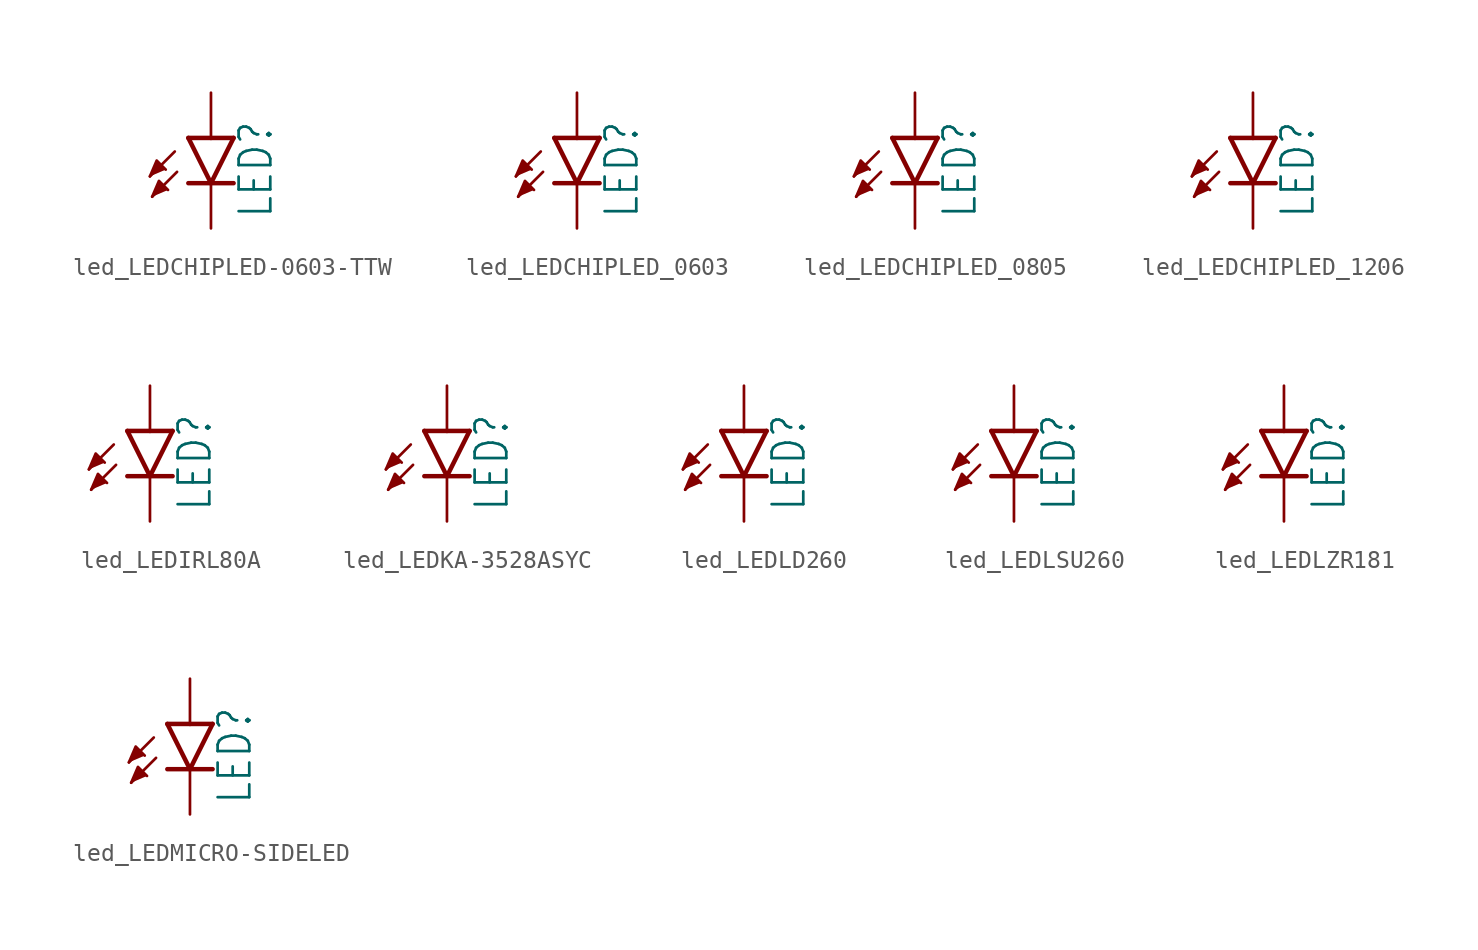
<source format=kicad_sym>
(kicad_symbol_lib
  (version 20231120)
  (generator "kicad_symbol_editor")
  (generator_version "8.0")
  (symbol "led_LEDCHIPLED-0603-TTW"
    (property "Reference" "LED"
      (at 3.556 -4.572 90)
      (effects (font (size 1.778 1.511)) (justify left bottom)))
    (property "Value" ""
      (at 5.715 -4.572 90)
      (effects (font (size 1.778 1.511)) (justify left bottom)))
    (property "ki_locked" ""
      (at 0 0 0)
      (effects (font (size 1.27 1.27))))
    (symbol "led_LEDCHIPLED-0603-TTW_1_0"
      (polyline (pts (xy -2.032 -0.762) (xy -3.429 -2.159)) (stroke (width 0.152) (type solid)) (fill (type none)))
      (polyline (pts (xy -1.905 -1.905) (xy -3.302 -3.302)) (stroke (width 0.152) (type solid)) (fill (type none)))
      (polyline (pts (xy 0 -2.54) (xy -1.27 -2.54)) (stroke (width 0.254) (type solid)) (fill (type none)))
      (polyline (pts (xy 0 -2.54) (xy -1.27 0)) (stroke (width 0.254) (type solid)) (fill (type none)))
      (polyline (pts (xy 0 0) (xy -1.27 0)) (stroke (width 0.254) (type solid)) (fill (type none)))
      (polyline (pts (xy 1.27 -2.54) (xy 0 -2.54)) (stroke (width 0.254) (type solid)) (fill (type none)))
      (polyline (pts (xy 1.27 0) (xy 0 -2.54)) (stroke (width 0.254) (type solid)) (fill (type none)))
      (polyline (pts (xy 1.27 0) (xy 0 0)) (stroke (width 0.254) (type solid)) (fill (type none)))
      (polyline (pts (xy -3.429 -2.159) (xy -3.048 -1.27) (xy -2.54 -1.778)) (stroke (width 0.152) (type solid)) (fill (type outline)))
      (polyline (pts (xy -3.302 -3.302) (xy -2.921 -2.413) (xy -2.413 -2.921)) (stroke (width 0.152) (type solid)) (fill (type outline)))
      (pin passive line (at 0 2.54 270) (length 2.54) (name "A" (effects (font (size 0 0)))) (number "A@1" (effects (font (size 0 0)))))
      (pin passive line (at 0 -5.08 90) (length 2.54) (name "C" (effects (font (size 0 0)))) (number "C@1" (effects (font (size 0 0)))))))
  (symbol "led_LEDCHIPLED_0603"
    (property "Reference" "LED"
      (at 3.556 -4.572 90)
      (effects (font (size 1.778 1.511)) (justify left bottom)))
    (property "Value" ""
      (at 5.715 -4.572 90)
      (effects (font (size 1.778 1.511)) (justify left bottom)))
    (property "ki_locked" ""
      (at 0 0 0)
      (effects (font (size 1.27 1.27))))
    (symbol "led_LEDCHIPLED_0603_1_0"
      (polyline (pts (xy -2.032 -0.762) (xy -3.429 -2.159)) (stroke (width 0.152) (type solid)) (fill (type none)))
      (polyline (pts (xy -1.905 -1.905) (xy -3.302 -3.302)) (stroke (width 0.152) (type solid)) (fill (type none)))
      (polyline (pts (xy 0 -2.54) (xy -1.27 -2.54)) (stroke (width 0.254) (type solid)) (fill (type none)))
      (polyline (pts (xy 0 -2.54) (xy -1.27 0)) (stroke (width 0.254) (type solid)) (fill (type none)))
      (polyline (pts (xy 0 0) (xy -1.27 0)) (stroke (width 0.254) (type solid)) (fill (type none)))
      (polyline (pts (xy 1.27 -2.54) (xy 0 -2.54)) (stroke (width 0.254) (type solid)) (fill (type none)))
      (polyline (pts (xy 1.27 0) (xy 0 -2.54)) (stroke (width 0.254) (type solid)) (fill (type none)))
      (polyline (pts (xy 1.27 0) (xy 0 0)) (stroke (width 0.254) (type solid)) (fill (type none)))
      (polyline (pts (xy -3.429 -2.159) (xy -3.048 -1.27) (xy -2.54 -1.778)) (stroke (width 0.152) (type solid)) (fill (type outline)))
      (polyline (pts (xy -3.302 -3.302) (xy -2.921 -2.413) (xy -2.413 -2.921)) (stroke (width 0.152) (type solid)) (fill (type outline)))
      (pin passive line (at 0 2.54 270) (length 2.54) (name "A" (effects (font (size 0 0)))) (number "A" (effects (font (size 0 0)))))
      (pin passive line (at 0 -5.08 90) (length 2.54) (name "C" (effects (font (size 0 0)))) (number "C" (effects (font (size 0 0)))))))
  (symbol "led_LEDCHIPLED_0805"
    (property "Reference" "LED"
      (at 3.556 -4.572 90)
      (effects (font (size 1.778 1.511)) (justify left bottom)))
    (property "Value" ""
      (at 5.715 -4.572 90)
      (effects (font (size 1.778 1.511)) (justify left bottom)))
    (property "ki_locked" ""
      (at 0 0 0)
      (effects (font (size 1.27 1.27))))
    (symbol "led_LEDCHIPLED_0805_1_0"
      (polyline (pts (xy -2.032 -0.762) (xy -3.429 -2.159)) (stroke (width 0.152) (type solid)) (fill (type none)))
      (polyline (pts (xy -1.905 -1.905) (xy -3.302 -3.302)) (stroke (width 0.152) (type solid)) (fill (type none)))
      (polyline (pts (xy 0 -2.54) (xy -1.27 -2.54)) (stroke (width 0.254) (type solid)) (fill (type none)))
      (polyline (pts (xy 0 -2.54) (xy -1.27 0)) (stroke (width 0.254) (type solid)) (fill (type none)))
      (polyline (pts (xy 0 0) (xy -1.27 0)) (stroke (width 0.254) (type solid)) (fill (type none)))
      (polyline (pts (xy 1.27 -2.54) (xy 0 -2.54)) (stroke (width 0.254) (type solid)) (fill (type none)))
      (polyline (pts (xy 1.27 0) (xy 0 -2.54)) (stroke (width 0.254) (type solid)) (fill (type none)))
      (polyline (pts (xy 1.27 0) (xy 0 0)) (stroke (width 0.254) (type solid)) (fill (type none)))
      (polyline (pts (xy -3.429 -2.159) (xy -3.048 -1.27) (xy -2.54 -1.778)) (stroke (width 0.152) (type solid)) (fill (type outline)))
      (polyline (pts (xy -3.302 -3.302) (xy -2.921 -2.413) (xy -2.413 -2.921)) (stroke (width 0.152) (type solid)) (fill (type outline)))
      (pin passive line (at 0 2.54 270) (length 2.54) (name "A" (effects (font (size 0 0)))) (number "A" (effects (font (size 0 0)))))
      (pin passive line (at 0 -5.08 90) (length 2.54) (name "C" (effects (font (size 0 0)))) (number "C" (effects (font (size 0 0)))))))
  (symbol "led_LEDCHIPLED_1206"
    (property "Reference" "LED"
      (at 3.556 -4.572 90)
      (effects (font (size 1.778 1.511)) (justify left bottom)))
    (property "Value" ""
      (at 5.715 -4.572 90)
      (effects (font (size 1.778 1.511)) (justify left bottom)))
    (property "ki_locked" ""
      (at 0 0 0)
      (effects (font (size 1.27 1.27))))
    (symbol "led_LEDCHIPLED_1206_1_0"
      (polyline (pts (xy -2.032 -0.762) (xy -3.429 -2.159)) (stroke (width 0.152) (type solid)) (fill (type none)))
      (polyline (pts (xy -1.905 -1.905) (xy -3.302 -3.302)) (stroke (width 0.152) (type solid)) (fill (type none)))
      (polyline (pts (xy 0 -2.54) (xy -1.27 -2.54)) (stroke (width 0.254) (type solid)) (fill (type none)))
      (polyline (pts (xy 0 -2.54) (xy -1.27 0)) (stroke (width 0.254) (type solid)) (fill (type none)))
      (polyline (pts (xy 0 0) (xy -1.27 0)) (stroke (width 0.254) (type solid)) (fill (type none)))
      (polyline (pts (xy 1.27 -2.54) (xy 0 -2.54)) (stroke (width 0.254) (type solid)) (fill (type none)))
      (polyline (pts (xy 1.27 0) (xy 0 -2.54)) (stroke (width 0.254) (type solid)) (fill (type none)))
      (polyline (pts (xy 1.27 0) (xy 0 0)) (stroke (width 0.254) (type solid)) (fill (type none)))
      (polyline (pts (xy -3.429 -2.159) (xy -3.048 -1.27) (xy -2.54 -1.778)) (stroke (width 0.152) (type solid)) (fill (type outline)))
      (polyline (pts (xy -3.302 -3.302) (xy -2.921 -2.413) (xy -2.413 -2.921)) (stroke (width 0.152) (type solid)) (fill (type outline)))
      (pin passive line (at 0 2.54 270) (length 2.54) (name "A" (effects (font (size 0 0)))) (number "A" (effects (font (size 0 0)))))
      (pin passive line (at 0 -5.08 90) (length 2.54) (name "C" (effects (font (size 0 0)))) (number "C" (effects (font (size 0 0)))))))
  (symbol "led_LEDIRL80A"
    (property "Reference" "LED"
      (at 3.556 -4.572 90)
      (effects (font (size 1.778 1.511)) (justify left bottom)))
    (property "Value" ""
      (at 5.715 -4.572 90)
      (effects (font (size 1.778 1.511)) (justify left bottom)))
    (property "ki_locked" ""
      (at 0 0 0)
      (effects (font (size 1.27 1.27))))
    (symbol "led_LEDIRL80A_1_0"
      (polyline (pts (xy -2.032 -0.762) (xy -3.429 -2.159)) (stroke (width 0.152) (type solid)) (fill (type none)))
      (polyline (pts (xy -1.905 -1.905) (xy -3.302 -3.302)) (stroke (width 0.152) (type solid)) (fill (type none)))
      (polyline (pts (xy 0 -2.54) (xy -1.27 -2.54)) (stroke (width 0.254) (type solid)) (fill (type none)))
      (polyline (pts (xy 0 -2.54) (xy -1.27 0)) (stroke (width 0.254) (type solid)) (fill (type none)))
      (polyline (pts (xy 0 0) (xy -1.27 0)) (stroke (width 0.254) (type solid)) (fill (type none)))
      (polyline (pts (xy 1.27 -2.54) (xy 0 -2.54)) (stroke (width 0.254) (type solid)) (fill (type none)))
      (polyline (pts (xy 1.27 0) (xy 0 -2.54)) (stroke (width 0.254) (type solid)) (fill (type none)))
      (polyline (pts (xy 1.27 0) (xy 0 0)) (stroke (width 0.254) (type solid)) (fill (type none)))
      (polyline (pts (xy -3.429 -2.159) (xy -3.048 -1.27) (xy -2.54 -1.778)) (stroke (width 0.152) (type solid)) (fill (type outline)))
      (polyline (pts (xy -3.302 -3.302) (xy -2.921 -2.413) (xy -2.413 -2.921)) (stroke (width 0.152) (type solid)) (fill (type outline)))
      (pin passive line (at 0 2.54 270) (length 2.54) (name "A" (effects (font (size 0 0)))) (number "A" (effects (font (size 0 0)))))
      (pin passive line (at 0 -5.08 90) (length 2.54) (name "C" (effects (font (size 0 0)))) (number "K" (effects (font (size 0 0)))))))
  (symbol "led_LEDKA-3528ASYC"
    (property "Reference" "LED"
      (at 3.556 -4.572 90)
      (effects (font (size 1.778 1.511)) (justify left bottom)))
    (property "Value" ""
      (at 5.715 -4.572 90)
      (effects (font (size 1.778 1.511)) (justify left bottom)))
    (property "ki_locked" ""
      (at 0 0 0)
      (effects (font (size 1.27 1.27))))
    (symbol "led_LEDKA-3528ASYC_1_0"
      (polyline (pts (xy -2.032 -0.762) (xy -3.429 -2.159)) (stroke (width 0.152) (type solid)) (fill (type none)))
      (polyline (pts (xy -1.905 -1.905) (xy -3.302 -3.302)) (stroke (width 0.152) (type solid)) (fill (type none)))
      (polyline (pts (xy 0 -2.54) (xy -1.27 -2.54)) (stroke (width 0.254) (type solid)) (fill (type none)))
      (polyline (pts (xy 0 -2.54) (xy -1.27 0)) (stroke (width 0.254) (type solid)) (fill (type none)))
      (polyline (pts (xy 0 0) (xy -1.27 0)) (stroke (width 0.254) (type solid)) (fill (type none)))
      (polyline (pts (xy 1.27 -2.54) (xy 0 -2.54)) (stroke (width 0.254) (type solid)) (fill (type none)))
      (polyline (pts (xy 1.27 0) (xy 0 -2.54)) (stroke (width 0.254) (type solid)) (fill (type none)))
      (polyline (pts (xy 1.27 0) (xy 0 0)) (stroke (width 0.254) (type solid)) (fill (type none)))
      (polyline (pts (xy -3.429 -2.159) (xy -3.048 -1.27) (xy -2.54 -1.778)) (stroke (width 0.152) (type solid)) (fill (type outline)))
      (polyline (pts (xy -3.302 -3.302) (xy -2.921 -2.413) (xy -2.413 -2.921)) (stroke (width 0.152) (type solid)) (fill (type outline)))
      (pin passive line (at 0 2.54 270) (length 2.54) (name "A" (effects (font (size 0 0)))) (number "A" (effects (font (size 0 0)))))
      (pin passive line (at 0 -5.08 90) (length 2.54) (name "C" (effects (font (size 0 0)))) (number "C" (effects (font (size 0 0)))))))
  (symbol "led_LEDLD260"
    (property "Reference" "LED"
      (at 3.556 -4.572 90)
      (effects (font (size 1.778 1.511)) (justify left bottom)))
    (property "Value" ""
      (at 5.715 -4.572 90)
      (effects (font (size 1.778 1.511)) (justify left bottom)))
    (property "ki_locked" ""
      (at 0 0 0)
      (effects (font (size 1.27 1.27))))
    (symbol "led_LEDLD260_1_0"
      (polyline (pts (xy -2.032 -0.762) (xy -3.429 -2.159)) (stroke (width 0.152) (type solid)) (fill (type none)))
      (polyline (pts (xy -1.905 -1.905) (xy -3.302 -3.302)) (stroke (width 0.152) (type solid)) (fill (type none)))
      (polyline (pts (xy 0 -2.54) (xy -1.27 -2.54)) (stroke (width 0.254) (type solid)) (fill (type none)))
      (polyline (pts (xy 0 -2.54) (xy -1.27 0)) (stroke (width 0.254) (type solid)) (fill (type none)))
      (polyline (pts (xy 0 0) (xy -1.27 0)) (stroke (width 0.254) (type solid)) (fill (type none)))
      (polyline (pts (xy 1.27 -2.54) (xy 0 -2.54)) (stroke (width 0.254) (type solid)) (fill (type none)))
      (polyline (pts (xy 1.27 0) (xy 0 -2.54)) (stroke (width 0.254) (type solid)) (fill (type none)))
      (polyline (pts (xy 1.27 0) (xy 0 0)) (stroke (width 0.254) (type solid)) (fill (type none)))
      (polyline (pts (xy -3.429 -2.159) (xy -3.048 -1.27) (xy -2.54 -1.778)) (stroke (width 0.152) (type solid)) (fill (type outline)))
      (polyline (pts (xy -3.302 -3.302) (xy -2.921 -2.413) (xy -2.413 -2.921)) (stroke (width 0.152) (type solid)) (fill (type outline)))
      (pin passive line (at 0 2.54 270) (length 2.54) (name "A" (effects (font (size 0 0)))) (number "A" (effects (font (size 0 0)))))
      (pin passive line (at 0 -5.08 90) (length 2.54) (name "C" (effects (font (size 0 0)))) (number "K" (effects (font (size 0 0)))))))
  (symbol "led_LEDLSU260"
    (property "Reference" "LED"
      (at 3.556 -4.572 90)
      (effects (font (size 1.778 1.511)) (justify left bottom)))
    (property "Value" ""
      (at 5.715 -4.572 90)
      (effects (font (size 1.778 1.511)) (justify left bottom)))
    (property "ki_locked" ""
      (at 0 0 0)
      (effects (font (size 1.27 1.27))))
    (symbol "led_LEDLSU260_1_0"
      (polyline (pts (xy -2.032 -0.762) (xy -3.429 -2.159)) (stroke (width 0.152) (type solid)) (fill (type none)))
      (polyline (pts (xy -1.905 -1.905) (xy -3.302 -3.302)) (stroke (width 0.152) (type solid)) (fill (type none)))
      (polyline (pts (xy 0 -2.54) (xy -1.27 -2.54)) (stroke (width 0.254) (type solid)) (fill (type none)))
      (polyline (pts (xy 0 -2.54) (xy -1.27 0)) (stroke (width 0.254) (type solid)) (fill (type none)))
      (polyline (pts (xy 0 0) (xy -1.27 0)) (stroke (width 0.254) (type solid)) (fill (type none)))
      (polyline (pts (xy 1.27 -2.54) (xy 0 -2.54)) (stroke (width 0.254) (type solid)) (fill (type none)))
      (polyline (pts (xy 1.27 0) (xy 0 -2.54)) (stroke (width 0.254) (type solid)) (fill (type none)))
      (polyline (pts (xy 1.27 0) (xy 0 0)) (stroke (width 0.254) (type solid)) (fill (type none)))
      (polyline (pts (xy -3.429 -2.159) (xy -3.048 -1.27) (xy -2.54 -1.778)) (stroke (width 0.152) (type solid)) (fill (type outline)))
      (polyline (pts (xy -3.302 -3.302) (xy -2.921 -2.413) (xy -2.413 -2.921)) (stroke (width 0.152) (type solid)) (fill (type outline)))
      (pin passive line (at 0 2.54 270) (length 2.54) (name "A" (effects (font (size 0 0)))) (number "A" (effects (font (size 0 0)))))
      (pin passive line (at 0 -5.08 90) (length 2.54) (name "C" (effects (font (size 0 0)))) (number "K" (effects (font (size 0 0)))))))
  (symbol "led_LEDLZR181"
    (property "Reference" "LED"
      (at 3.556 -4.572 90)
      (effects (font (size 1.778 1.511)) (justify left bottom)))
    (property "Value" ""
      (at 5.715 -4.572 90)
      (effects (font (size 1.778 1.511)) (justify left bottom)))
    (property "ki_locked" ""
      (at 0 0 0)
      (effects (font (size 1.27 1.27))))
    (symbol "led_LEDLZR181_1_0"
      (polyline (pts (xy -2.032 -0.762) (xy -3.429 -2.159)) (stroke (width 0.152) (type solid)) (fill (type none)))
      (polyline (pts (xy -1.905 -1.905) (xy -3.302 -3.302)) (stroke (width 0.152) (type solid)) (fill (type none)))
      (polyline (pts (xy 0 -2.54) (xy -1.27 -2.54)) (stroke (width 0.254) (type solid)) (fill (type none)))
      (polyline (pts (xy 0 -2.54) (xy -1.27 0)) (stroke (width 0.254) (type solid)) (fill (type none)))
      (polyline (pts (xy 0 0) (xy -1.27 0)) (stroke (width 0.254) (type solid)) (fill (type none)))
      (polyline (pts (xy 1.27 -2.54) (xy 0 -2.54)) (stroke (width 0.254) (type solid)) (fill (type none)))
      (polyline (pts (xy 1.27 0) (xy 0 -2.54)) (stroke (width 0.254) (type solid)) (fill (type none)))
      (polyline (pts (xy 1.27 0) (xy 0 0)) (stroke (width 0.254) (type solid)) (fill (type none)))
      (polyline (pts (xy -3.429 -2.159) (xy -3.048 -1.27) (xy -2.54 -1.778)) (stroke (width 0.152) (type solid)) (fill (type outline)))
      (polyline (pts (xy -3.302 -3.302) (xy -2.921 -2.413) (xy -2.413 -2.921)) (stroke (width 0.152) (type solid)) (fill (type outline)))
      (pin passive line (at 0 2.54 270) (length 2.54) (name "A" (effects (font (size 0 0)))) (number "A" (effects (font (size 0 0)))))
      (pin passive line (at 0 -5.08 90) (length 2.54) (name "C" (effects (font (size 0 0)))) (number "K" (effects (font (size 0 0)))))))
  (symbol "led_LEDMICRO-SIDELED"
    (property "Reference" "LED"
      (at 3.556 -4.572 90)
      (effects (font (size 1.778 1.511)) (justify left bottom)))
    (property "Value" ""
      (at 5.715 -4.572 90)
      (effects (font (size 1.778 1.511)) (justify left bottom)))
    (property "ki_locked" ""
      (at 0 0 0)
      (effects (font (size 1.27 1.27))))
    (symbol "led_LEDMICRO-SIDELED_1_0"
      (polyline (pts (xy -2.032 -0.762) (xy -3.429 -2.159)) (stroke (width 0.152) (type solid)) (fill (type none)))
      (polyline (pts (xy -1.905 -1.905) (xy -3.302 -3.302)) (stroke (width 0.152) (type solid)) (fill (type none)))
      (polyline (pts (xy 0 -2.54) (xy -1.27 -2.54)) (stroke (width 0.254) (type solid)) (fill (type none)))
      (polyline (pts (xy 0 -2.54) (xy -1.27 0)) (stroke (width 0.254) (type solid)) (fill (type none)))
      (polyline (pts (xy 0 0) (xy -1.27 0)) (stroke (width 0.254) (type solid)) (fill (type none)))
      (polyline (pts (xy 1.27 -2.54) (xy 0 -2.54)) (stroke (width 0.254) (type solid)) (fill (type none)))
      (polyline (pts (xy 1.27 0) (xy 0 -2.54)) (stroke (width 0.254) (type solid)) (fill (type none)))
      (polyline (pts (xy 1.27 0) (xy 0 0)) (stroke (width 0.254) (type solid)) (fill (type none)))
      (polyline (pts (xy -3.429 -2.159) (xy -3.048 -1.27) (xy -2.54 -1.778)) (stroke (width 0.152) (type solid)) (fill (type outline)))
      (polyline (pts (xy -3.302 -3.302) (xy -2.921 -2.413) (xy -2.413 -2.921)) (stroke (width 0.152) (type solid)) (fill (type outline)))
      (pin passive line (at 0 2.54 270) (length 2.54) (name "A" (effects (font (size 0 0)))) (number "A" (effects (font (size 0 0)))))
      (pin passive line (at 0 -5.08 90) (length 2.54) (name "C" (effects (font (size 0 0)))) (number "C" (effects (font (size 0 0))))))))
</source>
